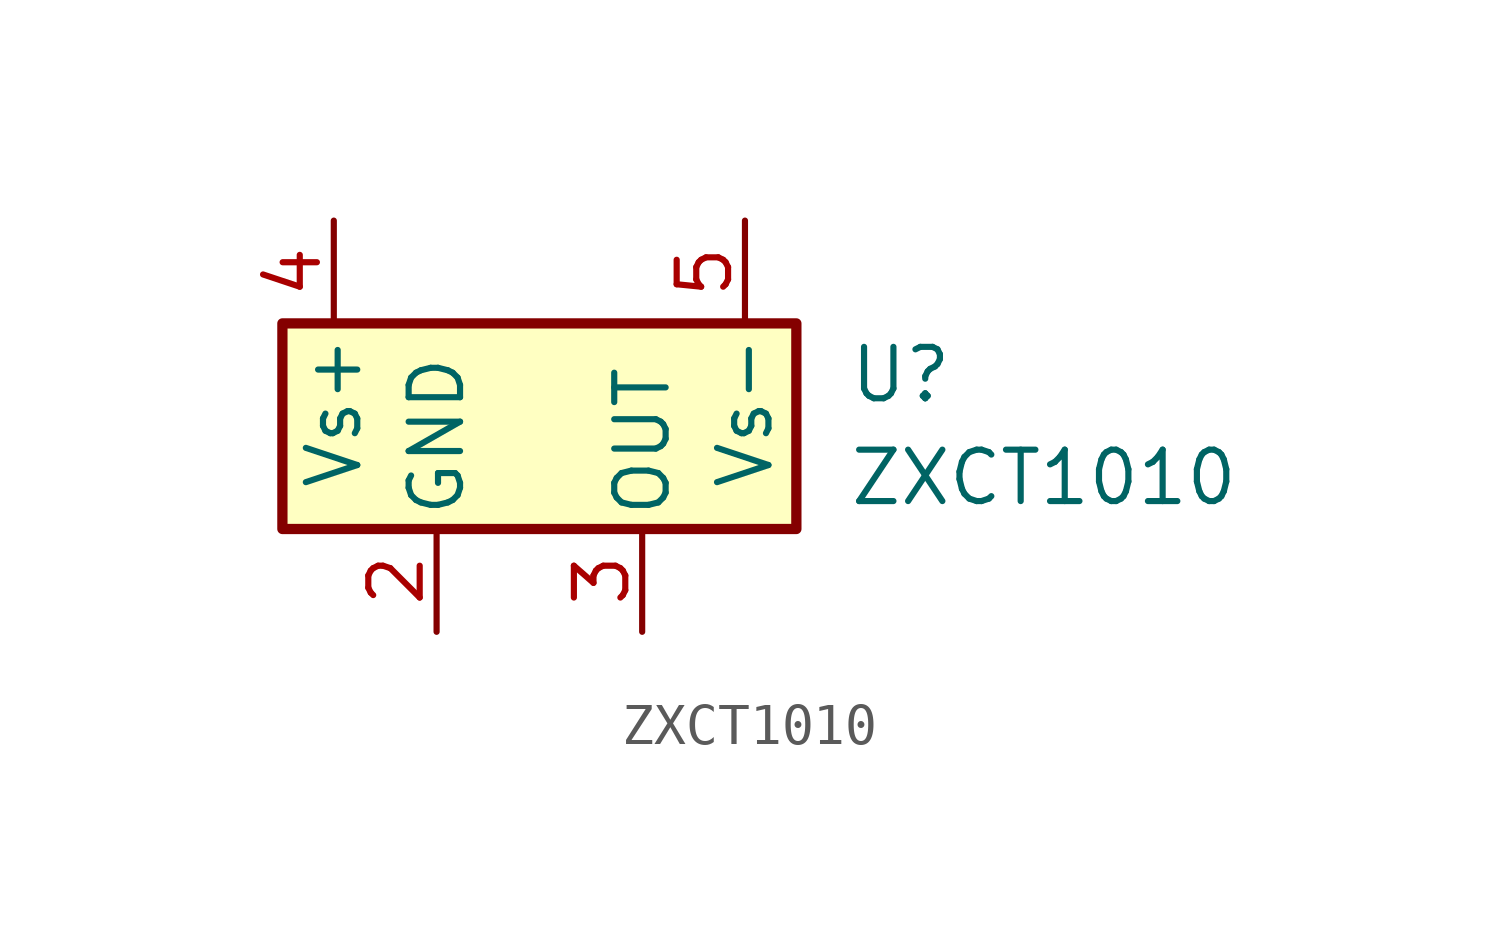
<source format=kicad_sym>
(kicad_symbol_lib
  (version 20201005)
  (generator kicad_symbol_editor)
  (symbol "ZXCT1010"
    (pin_names
      (offset 0.254))
    (property "Reference" "U"
      (at 7.62 1.27 0)
      (effects (font (size 1.27 1.27)) (justify left)))
    (property "Value" "ZXCT1010"
      (at 7.62 -1.27 0)
      (effects (font (size 1.27 1.27)) (justify left)))
    (symbol "ZXCT1010_0_1"
      (rectangle (start -6.35 2.54) (end 6.35 -2.54) (stroke (width 0.254)) (fill (type background))))
    (symbol "ZXCT1010_1_1"
      (pin no_connect line (at 0 2.54 270) (length 2.54) hide (name "NC" (effects (font (size 1.27 1.27)))) (number "1" (effects (font (size 1.27 1.27)))))
      (pin power_in line (at -2.54 -5.08 90) (length 2.54) (name "GND" (effects (font (size 1.27 1.27)))) (number "2" (effects (font (size 1.27 1.27)))))
      (pin output line (at 2.54 -5.08 90) (length 2.54) (name "OUT" (effects (font (size 1.27 1.27)))) (number "3" (effects (font (size 1.27 1.27)))))
      (pin input line (at -5.08 5.08 270) (length 2.54) (name "Vs+" (effects (font (size 1.27 1.27)))) (number "4" (effects (font (size 1.27 1.27)))))
      (pin input line (at 5.08 5.08 270) (length 2.54) (name "Vs-" (effects (font (size 1.27 1.27)))) (number "5" (effects (font (size 1.27 1.27))))))))
</source>
